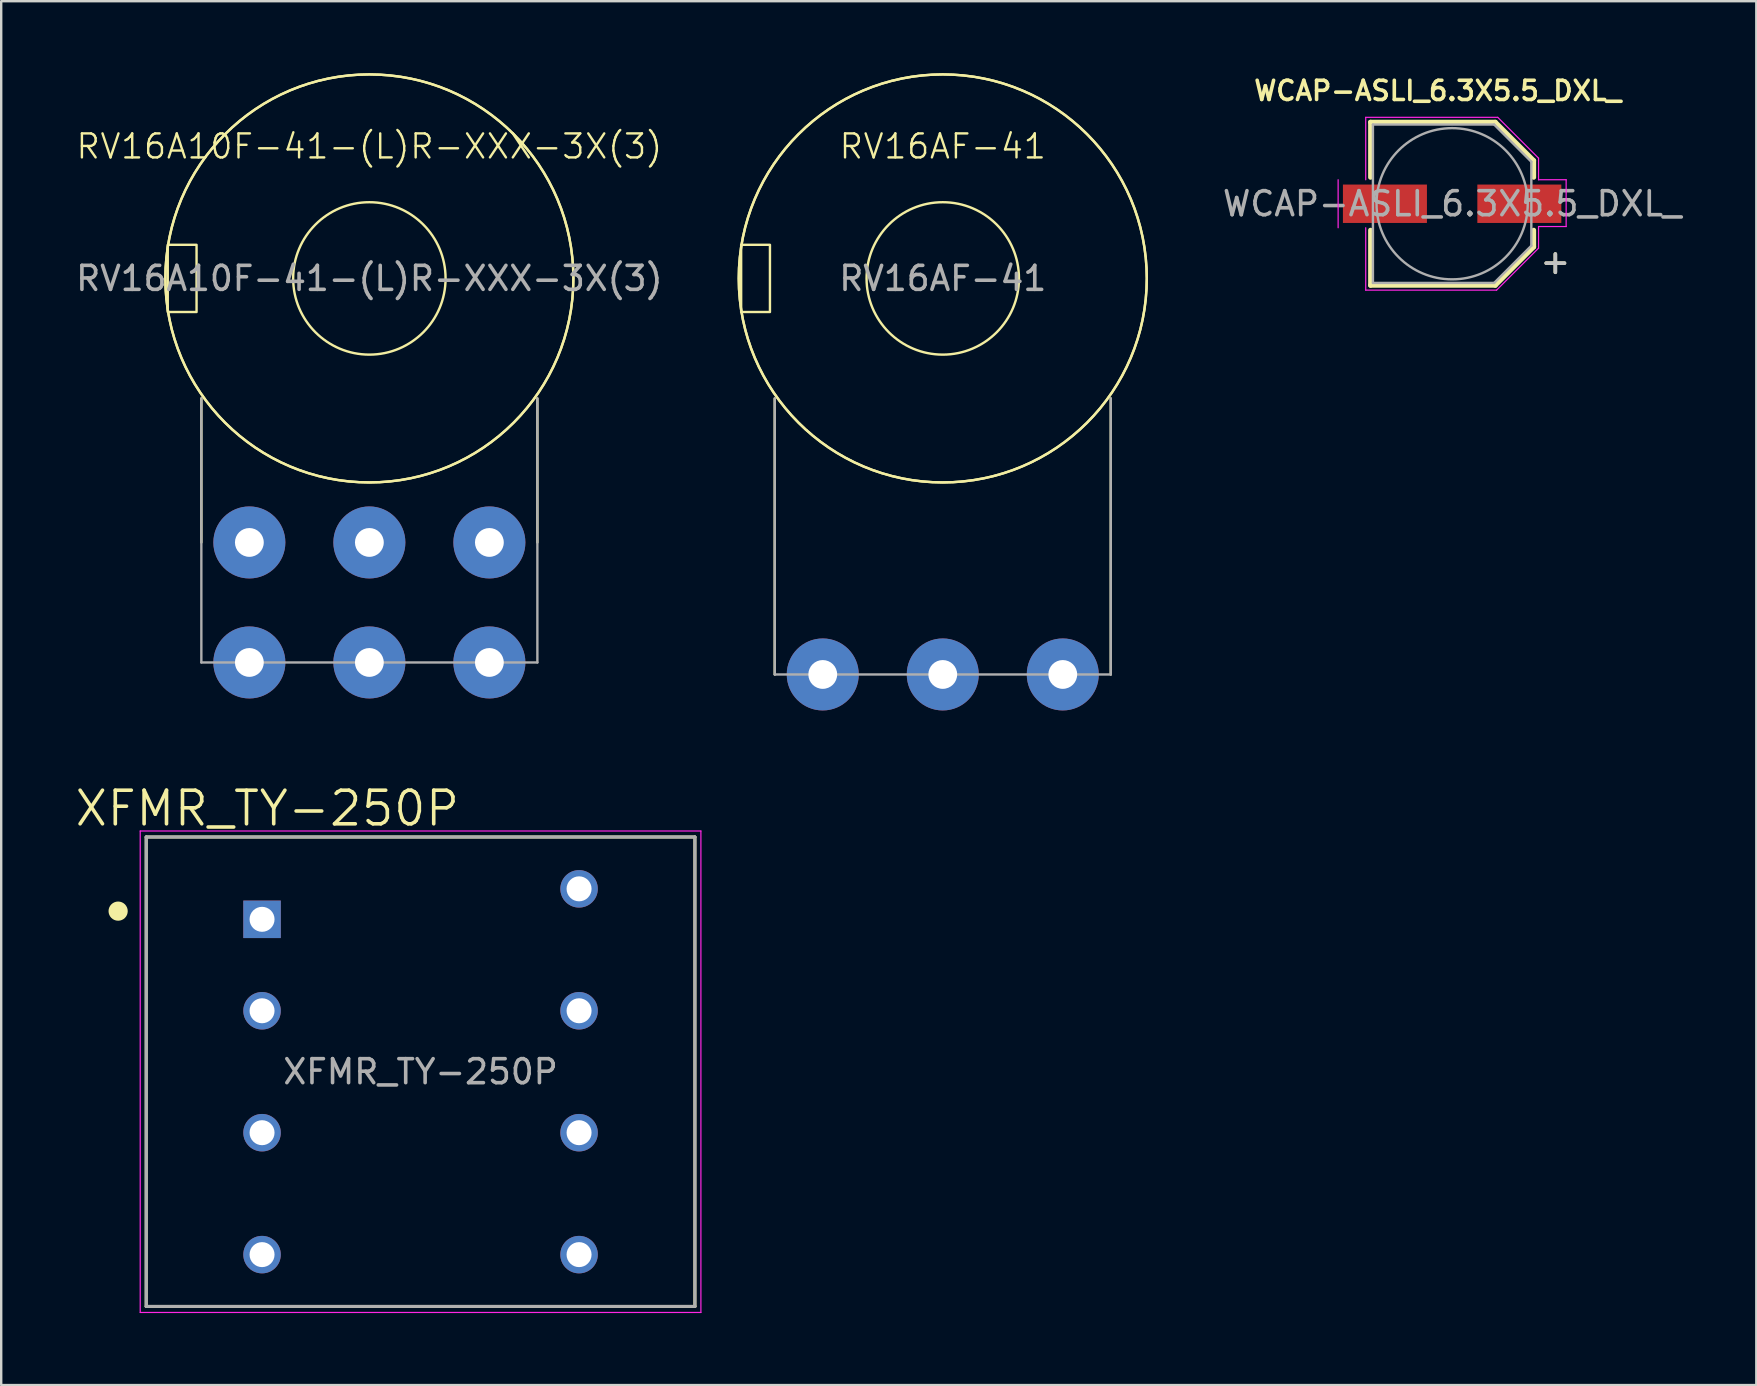
<source format=kicad_pcb>
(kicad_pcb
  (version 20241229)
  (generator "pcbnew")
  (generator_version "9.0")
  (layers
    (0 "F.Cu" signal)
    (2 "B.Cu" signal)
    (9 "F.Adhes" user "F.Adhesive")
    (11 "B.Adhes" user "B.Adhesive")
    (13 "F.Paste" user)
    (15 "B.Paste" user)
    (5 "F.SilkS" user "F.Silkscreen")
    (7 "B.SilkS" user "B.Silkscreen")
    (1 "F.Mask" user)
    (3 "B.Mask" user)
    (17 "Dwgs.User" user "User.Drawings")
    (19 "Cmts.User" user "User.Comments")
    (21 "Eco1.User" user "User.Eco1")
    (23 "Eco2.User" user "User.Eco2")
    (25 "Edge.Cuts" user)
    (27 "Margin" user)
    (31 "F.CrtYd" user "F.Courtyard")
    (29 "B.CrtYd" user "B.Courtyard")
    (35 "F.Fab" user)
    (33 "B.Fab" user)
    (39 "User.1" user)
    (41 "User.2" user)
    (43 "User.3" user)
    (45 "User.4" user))
  (footprint "RV16AF-41"
    (layer "F.Cu")
    (at 36.229 8.55)
    (property "Reference" "RV16AF-41" (at 0 -5.5 0) (unlocked yes) (layer "F.SilkS") (effects (font (size 1 1) (thickness 0.1))))
    (attr smd)
    (fp_line (start -7 5) (end -7 16.5) (stroke (width 0.1) (type default)) (layer "F.SilkS"))
    (fp_line (start 7 5) (end 7 16.5) (stroke (width 0.1) (type default)) (layer "F.SilkS"))
    (fp_rect (start -8.4 -1.4) (end -7.2 1.4) (stroke (width 0.1) (type solid)) (fill no) (layer "F.SilkS"))
    (fp_circle (center 0 0) (end 3.175 0) (stroke (width 0.1) (type solid)) (fill no) (layer "F.SilkS"))
    (fp_circle (center 0 0) (end 8.5 0) (stroke (width 0.1) (type solid)) (fill no) (layer "F.SilkS"))
    (fp_circle (center 0 0) (end 8.5 0) (stroke (width 0.1) (type solid)) (fill no) (layer "F.SilkS"))
    (fp_line (start -7 5) (end -7 16.5) (stroke (width 0.1) (type default)) (layer "F.Fab"))
    (fp_line (start -7 16.5) (end 7 16.5) (stroke (width 0.1) (type default)) (layer "F.Fab"))
    (fp_line (start 7 16.5) (end 7 5) (stroke (width 0.1) (type default)) (layer "F.Fab"))
    (fp_text user "${REFERENCE}" (at 0 0 0) (unlocked yes) (layer "F.Fab") (effects (font (size 1 1) (thickness 0.15))))
    (pad "1" thru_hole circle (at -5 16.5) (size 3 3) (drill 1.2) (layers "*.Cu" "*.Mask"))
    (pad "2" thru_hole circle (at 0 16.5) (size 3 3) (drill 1.2) (layers "*.Cu" "*.Mask"))
    (pad "3" thru_hole circle (at 5 16.5) (size 3 3) (drill 1.2) (layers "*.Cu" "*.Mask")))
  (footprint "XFMR_TY-250P"
    (layer "F.Cu")
    (at 14.472 41.602)
    (property "Reference" "XFMR_TY-250P" (at -6.385 -10.97 0) (layer "F.SilkS") (effects (font (size 1.4 1.4) (thickness 0.15))))
    (attr through_hole)
    (fp_line (start -11.43 -9.779) (end 11.43 -9.779) (stroke (width 0.127) (type solid)) (layer "F.SilkS"))
    (fp_line (start -11.43 9.779) (end -11.43 -9.779) (stroke (width 0.127) (type solid)) (layer "F.SilkS"))
    (fp_line (start 11.43 -9.779) (end 11.43 9.779) (stroke (width 0.127) (type solid)) (layer "F.SilkS"))
    (fp_line (start 11.43 9.779) (end -11.43 9.779) (stroke (width 0.127) (type solid)) (layer "F.SilkS"))
    (fp_circle (center -12.6 -6.691) (end -12.4 -6.691) (stroke (width 0.4) (type solid)) (fill no) (layer "F.SilkS"))
    (fp_line (start -11.68 -10.029) (end 11.68 -10.029) (stroke (width 0.05) (type solid)) (layer "F.CrtYd"))
    (fp_line (start -11.68 10.029) (end -11.68 -10.029) (stroke (width 0.05) (type solid)) (layer "F.CrtYd"))
    (fp_line (start 11.68 -10.029) (end 11.68 10.029) (stroke (width 0.05) (type solid)) (layer "F.CrtYd"))
    (fp_line (start 11.68 10.029) (end -11.68 10.029) (stroke (width 0.05) (type solid)) (layer "F.CrtYd"))
    (fp_line (start -11.43 -9.779) (end 11.43 -9.779) (stroke (width 0.127) (type solid)) (layer "F.Fab"))
    (fp_line (start -11.43 9.779) (end -11.43 -9.779) (stroke (width 0.127) (type solid)) (layer "F.Fab"))
    (fp_line (start 11.43 -9.779) (end 11.43 9.779) (stroke (width 0.127) (type solid)) (layer "F.Fab"))
    (fp_line (start 11.43 9.779) (end -11.43 9.779) (stroke (width 0.127) (type solid)) (layer "F.Fab"))
    (fp_text user "${REFERENCE}" (at 0 0 0) (unlocked yes) (layer "F.Fab") (effects (font (size 1 1) (thickness 0.15))))
    (pad "1" thru_hole rect (at -6.604 -6.35) (size 1.562 1.562) (drill 1.041) (layers "*.Cu" "*.Mask"))
    (pad "2" thru_hole circle (at -6.604 -2.54) (size 1.562 1.562) (drill 1.041) (layers "*.Cu" "*.Mask"))
    (pad "3" thru_hole circle (at -6.604 2.54) (size 1.562 1.562) (drill 1.041) (layers "*.Cu" "*.Mask"))
    (pad "4" thru_hole circle (at -6.604 7.62) (size 1.562 1.562) (drill 1.041) (layers "*.Cu" "*.Mask"))
    (pad "5" thru_hole circle (at 6.604 7.62) (size 1.562 1.562) (drill 1.041) (layers "*.Cu" "*.Mask"))
    (pad "6" thru_hole circle (at 6.604 2.54) (size 1.562 1.562) (drill 1.041) (layers "*.Cu" "*.Mask"))
    (pad "7" thru_hole circle (at 6.604 -2.54) (size 1.562 1.562) (drill 1.041) (layers "*.Cu" "*.Mask"))
    (pad "8" thru_hole circle (at 6.604 -7.62) (size 1.562 1.562) (drill 1.041) (layers "*.Cu" "*.Mask")))
  (footprint "RV16A10F-41-(L)R-XXX-3X(3)"
    (layer "F.Cu")
    (at 12.339 8.55)
    (property "Reference" "RV16A10F-41-(L)R-XXX-3X(3)" (at 0 -5.5 0) (unlocked yes) (layer "F.SilkS") (effects (font (size 1 1) (thickness 0.1))))
    (attr smd)
    (fp_line (start -7 5) (end -7 11) (stroke (width 0.1) (type default)) (layer "F.SilkS"))
    (fp_line (start 7 5) (end 7 11) (stroke (width 0.1) (type default)) (layer "F.SilkS"))
    (fp_rect (start -8.4 -1.4) (end -7.2 1.4) (stroke (width 0.1) (type solid)) (fill no) (layer "F.SilkS"))
    (fp_circle (center 0 0) (end 3.175 0) (stroke (width 0.1) (type solid)) (fill no) (layer "F.SilkS"))
    (fp_circle (center 0 0) (end 8.5 0) (stroke (width 0.1) (type solid)) (fill no) (layer "F.SilkS"))
    (fp_circle (center 0 0) (end 8.5 0) (stroke (width 0.1) (type solid)) (fill no) (layer "F.SilkS"))
    (fp_line (start -7 16) (end -7 5) (stroke (width 0.1) (type default)) (layer "F.Fab"))
    (fp_line (start 7 5) (end 7 16) (stroke (width 0.1) (type default)) (layer "F.Fab"))
    (fp_line (start 7 16) (end -7 16) (stroke (width 0.1) (type default)) (layer "F.Fab"))
    (fp_text user "${REFERENCE}" (at 0 0 0) (unlocked yes) (layer "F.Fab") (effects (font (size 1 1) (thickness 0.15))))
    (pad "1A" thru_hole circle (at -5 11) (size 3 3) (drill 1.2) (layers "*.Cu" "*.Mask"))
    (pad "1B" thru_hole circle (at -5 16) (size 3 3) (drill 1.2) (layers "*.Cu" "*.Mask"))
    (pad "2A" thru_hole circle (at 0 11) (size 3 3) (drill 1.2) (layers "*.Cu" "*.Mask"))
    (pad "2B" thru_hole circle (at 0 16) (size 3 3) (drill 1.2) (layers "*.Cu" "*.Mask"))
    (pad "3A" thru_hole circle (at 5 11) (size 3 3) (drill 1.2) (layers "*.Cu" "*.Mask"))
    (pad "3B" thru_hole circle (at 5 16) (size 3 3) (drill 1.2) (layers "*.Cu" "*.Mask")))
  (footprint "WCAP-ASLI_6.3X5.5_DXL_"
    (layer "F.Cu")
    (at 57.451 5.439)
    (property "Reference" "WCAP-ASLI_6.3X5.5_DXL_" (at -0.6 -4.708 0) (layer "F.SilkS") (effects (font (size 0.8 0.8) (thickness 0.15))))
    (attr smd)
    (fp_line (start -3.4 -3.4) (end -3.4 -1.1) (stroke (width 0.2) (type solid)) (layer "F.SilkS"))
    (fp_line (start -3.4 -3.4) (end 1.8 -3.4) (stroke (width 0.2) (type solid)) (layer "F.SilkS"))
    (fp_line (start -3.4 3.4) (end -3.4 1.1) (stroke (width 0.2) (type solid)) (layer "F.SilkS"))
    (fp_line (start -3.4 3.4) (end 1.8 3.4) (stroke (width 0.2) (type solid)) (layer "F.SilkS"))
    (fp_line (start 1.8 -3.4) (end 3.4 -1.8) (stroke (width 0.2) (type solid)) (layer "F.SilkS"))
    (fp_line (start 1.8 3.4) (end 3.4 1.8) (stroke (width 0.2) (type solid)) (layer "F.SilkS"))
    (fp_line (start 3.4 -1.8) (end 3.4 -1.1) (stroke (width 0.2) (type solid)) (layer "F.SilkS"))
    (fp_line (start 3.4 1.8) (end 3.4 1.1) (stroke (width 0.2) (type solid)) (layer "F.SilkS"))
    (fp_line (start -4.75 -1) (end -4.75 1) (stroke (width 0.05) (type default)) (layer "F.CrtYd"))
    (fp_line (start -3.6 -3.6) (end -3.6 -1) (stroke (width 0.05) (type default)) (layer "F.CrtYd"))
    (fp_line (start -3.6 -3.6) (end 1.9 -3.6) (stroke (width 0.05) (type default)) (layer "F.CrtYd"))
    (fp_line (start -3.6 1) (end -3.6 3.6) (stroke (width 0.05) (type default)) (layer "F.CrtYd"))
    (fp_line (start 1.85 3.6) (end -3.6 3.6) (stroke (width 0.05) (type default)) (layer "F.CrtYd"))
    (fp_line (start 1.85 3.6) (end 3.6 1.85) (stroke (width 0.05) (type default)) (layer "F.CrtYd"))
    (fp_line (start 3.6 -1.9) (end 1.9 -3.6) (stroke (width 0.05) (type default)) (layer "F.CrtYd"))
    (fp_line (start 3.6 -1) (end 3.6 -1.9) (stroke (width 0.05) (type default)) (layer "F.CrtYd"))
    (fp_line (start 3.6 0.95) (end 3.6 1.85) (stroke (width 0.05) (type default)) (layer "F.CrtYd"))
    (fp_line (start 3.6 0.95) (end 4.75 0.95) (stroke (width 0.05) (type default)) (layer "F.CrtYd"))
    (fp_line (start 4.75 -1) (end 3.6 -1) (stroke (width 0.05) (type default)) (layer "F.CrtYd"))
    (fp_line (start 4.75 0.95) (end 4.75 -1) (stroke (width 0.05) (type default)) (layer "F.CrtYd"))
    (fp_line (start -3.3 -3.3) (end -3.3 3.3) (stroke (width 0.1) (type solid)) (layer "F.Fab"))
    (fp_line (start -3.3 3.3) (end 1.75 3.3) (stroke (width 0.1) (type solid)) (layer "F.Fab"))
    (fp_line (start 1.75 -3.3) (end -3.3 -3.3) (stroke (width 0.1) (type solid)) (layer "F.Fab"))
    (fp_line (start 1.75 3.3) (end 3.3 1.75) (stroke (width 0.1) (type solid)) (layer "F.Fab"))
    (fp_line (start 3.3 -1.75) (end 1.75 -3.3) (stroke (width 0.1) (type solid)) (layer "F.Fab"))
    (fp_line (start 3.3 1.75) (end 3.3 -1.75) (stroke (width 0.1) (type solid)) (layer "F.Fab"))
    (fp_circle (center 0 0) (end 3.15 0) (stroke (width 0.1) (type solid)) (fill no) (layer "F.Fab"))
    (fp_text user "+" (at 4.3 2.4 0) (layer "F.SilkS") (effects (font (size 1 1) (thickness 0.15))))
    (fp_text user "+" (at 4.3 2.4 0) (layer "Dwgs.User") (effects (font (size 1 1) (thickness 0.15))))
    (fp_text user "${REFERENCE}" (at 0 0 0) (unlocked yes) (layer "F.Fab") (effects (font (size 1 1) (thickness 0.15))))
    (pad "1" smd rect (at 2.8 0) (size 3.5 1.6) (layers "F.Cu" "F.Mask" "F.Paste"))
    (pad "2" smd rect (at -2.8 0) (size 3.5 1.6) (layers "F.Cu" "F.Mask" "F.Paste")))
  (gr_rect
    (start -3 -3)
    (end 70.124 54.656)
    (stroke (width 0.1) (type default))
    (fill no)
    (layer "Edge.Cuts")))
</source>
